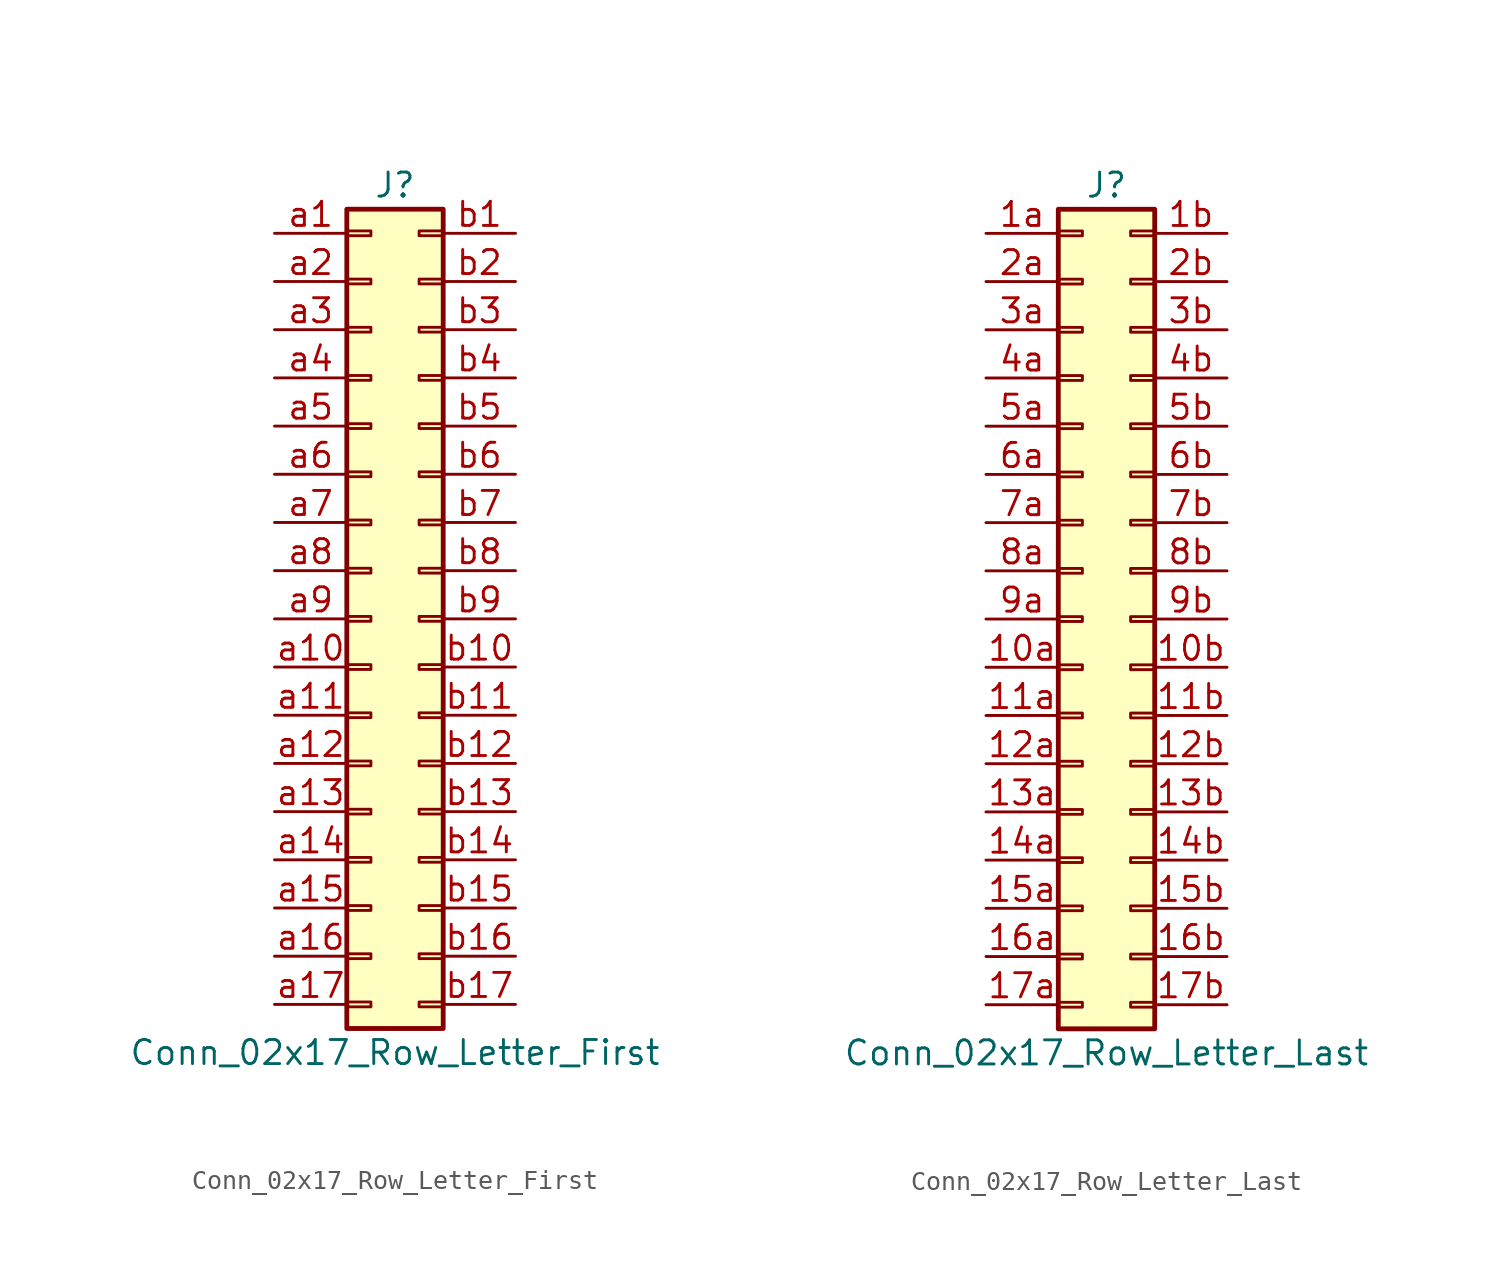
<source format=kicad_sym>
(kicad_symbol_lib
  (version 20201005)
  (generator kicad_symbol_editor)
  (symbol "Conn_02x17_Row_Letter_First"
    (pin_names
      (offset 1.016) hide)
    (property "Reference" "J"
      (at 1.27 22.86 0)
      (effects (font (size 1.27 1.27))))
    (property "Value" "Conn_02x17_Row_Letter_First"
      (at 1.27 -22.86 0)
      (effects (font (size 1.27 1.27))))
    (symbol "Conn_02x17_Row_Letter_First_1_1"
      (rectangle (start -1.27 -20.193) (end 0 -20.447) (stroke (width 0.152)) (fill (type none)))
      (rectangle (start -1.27 -17.653) (end 0 -17.907) (stroke (width 0.152)) (fill (type none)))
      (rectangle (start -1.27 -15.113) (end 0 -15.367) (stroke (width 0.152)) (fill (type none)))
      (rectangle (start -1.27 -12.573) (end 0 -12.827) (stroke (width 0.152)) (fill (type none)))
      (rectangle (start -1.27 -10.033) (end 0 -10.287) (stroke (width 0.152)) (fill (type none)))
      (rectangle (start -1.27 -7.493) (end 0 -7.747) (stroke (width 0.152)) (fill (type none)))
      (rectangle (start -1.27 -4.953) (end 0 -5.207) (stroke (width 0.152)) (fill (type none)))
      (rectangle (start -1.27 -2.413) (end 0 -2.667) (stroke (width 0.152)) (fill (type none)))
      (rectangle (start -1.27 0.127) (end 0 -0.127) (stroke (width 0.152)) (fill (type none)))
      (rectangle (start -1.27 2.667) (end 0 2.413) (stroke (width 0.152)) (fill (type none)))
      (rectangle (start -1.27 5.207) (end 0 4.953) (stroke (width 0.152)) (fill (type none)))
      (rectangle (start -1.27 7.747) (end 0 7.493) (stroke (width 0.152)) (fill (type none)))
      (rectangle (start -1.27 10.287) (end 0 10.033) (stroke (width 0.152)) (fill (type none)))
      (rectangle (start -1.27 12.827) (end 0 12.573) (stroke (width 0.152)) (fill (type none)))
      (rectangle (start -1.27 15.367) (end 0 15.113) (stroke (width 0.152)) (fill (type none)))
      (rectangle (start -1.27 17.907) (end 0 17.653) (stroke (width 0.152)) (fill (type none)))
      (rectangle (start -1.27 20.447) (end 0 20.193) (stroke (width 0.152)) (fill (type none)))
      (rectangle (start -1.27 21.59) (end 3.81 -21.59) (stroke (width 0.254)) (fill (type background)))
      (rectangle (start 3.81 -20.193) (end 2.54 -20.447) (stroke (width 0.152)) (fill (type none)))
      (rectangle (start 3.81 -17.653) (end 2.54 -17.907) (stroke (width 0.152)) (fill (type none)))
      (rectangle (start 3.81 -15.113) (end 2.54 -15.367) (stroke (width 0.152)) (fill (type none)))
      (rectangle (start 3.81 -12.573) (end 2.54 -12.827) (stroke (width 0.152)) (fill (type none)))
      (rectangle (start 3.81 -10.033) (end 2.54 -10.287) (stroke (width 0.152)) (fill (type none)))
      (rectangle (start 3.81 -7.493) (end 2.54 -7.747) (stroke (width 0.152)) (fill (type none)))
      (rectangle (start 3.81 -4.953) (end 2.54 -5.207) (stroke (width 0.152)) (fill (type none)))
      (rectangle (start 3.81 -2.413) (end 2.54 -2.667) (stroke (width 0.152)) (fill (type none)))
      (rectangle (start 3.81 0.127) (end 2.54 -0.127) (stroke (width 0.152)) (fill (type none)))
      (rectangle (start 3.81 2.667) (end 2.54 2.413) (stroke (width 0.152)) (fill (type none)))
      (rectangle (start 3.81 5.207) (end 2.54 4.953) (stroke (width 0.152)) (fill (type none)))
      (rectangle (start 3.81 7.747) (end 2.54 7.493) (stroke (width 0.152)) (fill (type none)))
      (rectangle (start 3.81 10.287) (end 2.54 10.033) (stroke (width 0.152)) (fill (type none)))
      (rectangle (start 3.81 12.827) (end 2.54 12.573) (stroke (width 0.152)) (fill (type none)))
      (rectangle (start 3.81 15.367) (end 2.54 15.113) (stroke (width 0.152)) (fill (type none)))
      (rectangle (start 3.81 17.907) (end 2.54 17.653) (stroke (width 0.152)) (fill (type none)))
      (rectangle (start 3.81 20.447) (end 2.54 20.193) (stroke (width 0.152)) (fill (type none)))
      (pin passive line (at -5.08 20.32 0) (length 3.81) (name "Pin_a1" (effects (font (size 1.27 1.27)))) (number "a1" (effects (font (size 1.27 1.27)))))
      (pin passive line (at -5.08 -2.54 0) (length 3.81) (name "Pin_a10" (effects (font (size 1.27 1.27)))) (number "a10" (effects (font (size 1.27 1.27)))))
      (pin passive line (at -5.08 -5.08 0) (length 3.81) (name "Pin_a11" (effects (font (size 1.27 1.27)))) (number "a11" (effects (font (size 1.27 1.27)))))
      (pin passive line (at -5.08 -7.62 0) (length 3.81) (name "Pin_a12" (effects (font (size 1.27 1.27)))) (number "a12" (effects (font (size 1.27 1.27)))))
      (pin passive line (at -5.08 -10.16 0) (length 3.81) (name "Pin_a13" (effects (font (size 1.27 1.27)))) (number "a13" (effects (font (size 1.27 1.27)))))
      (pin passive line (at -5.08 -12.7 0) (length 3.81) (name "Pin_a14" (effects (font (size 1.27 1.27)))) (number "a14" (effects (font (size 1.27 1.27)))))
      (pin passive line (at -5.08 -15.24 0) (length 3.81) (name "Pin_a15" (effects (font (size 1.27 1.27)))) (number "a15" (effects (font (size 1.27 1.27)))))
      (pin passive line (at -5.08 -17.78 0) (length 3.81) (name "Pin_a16" (effects (font (size 1.27 1.27)))) (number "a16" (effects (font (size 1.27 1.27)))))
      (pin passive line (at -5.08 -20.32 0) (length 3.81) (name "Pin_a17" (effects (font (size 1.27 1.27)))) (number "a17" (effects (font (size 1.27 1.27)))))
      (pin passive line (at -5.08 17.78 0) (length 3.81) (name "Pin_a2" (effects (font (size 1.27 1.27)))) (number "a2" (effects (font (size 1.27 1.27)))))
      (pin passive line (at -5.08 15.24 0) (length 3.81) (name "Pin_a3" (effects (font (size 1.27 1.27)))) (number "a3" (effects (font (size 1.27 1.27)))))
      (pin passive line (at -5.08 12.7 0) (length 3.81) (name "Pin_a4" (effects (font (size 1.27 1.27)))) (number "a4" (effects (font (size 1.27 1.27)))))
      (pin passive line (at -5.08 10.16 0) (length 3.81) (name "Pin_a5" (effects (font (size 1.27 1.27)))) (number "a5" (effects (font (size 1.27 1.27)))))
      (pin passive line (at -5.08 7.62 0) (length 3.81) (name "Pin_a6" (effects (font (size 1.27 1.27)))) (number "a6" (effects (font (size 1.27 1.27)))))
      (pin passive line (at -5.08 5.08 0) (length 3.81) (name "Pin_a7" (effects (font (size 1.27 1.27)))) (number "a7" (effects (font (size 1.27 1.27)))))
      (pin passive line (at -5.08 2.54 0) (length 3.81) (name "Pin_a8" (effects (font (size 1.27 1.27)))) (number "a8" (effects (font (size 1.27 1.27)))))
      (pin passive line (at -5.08 0 0) (length 3.81) (name "Pin_a9" (effects (font (size 1.27 1.27)))) (number "a9" (effects (font (size 1.27 1.27)))))
      (pin passive line (at 7.62 20.32 180) (length 3.81) (name "Pin_b1" (effects (font (size 1.27 1.27)))) (number "b1" (effects (font (size 1.27 1.27)))))
      (pin passive line (at 7.62 -2.54 180) (length 3.81) (name "Pin_b10" (effects (font (size 1.27 1.27)))) (number "b10" (effects (font (size 1.27 1.27)))))
      (pin passive line (at 7.62 -5.08 180) (length 3.81) (name "Pin_b11" (effects (font (size 1.27 1.27)))) (number "b11" (effects (font (size 1.27 1.27)))))
      (pin passive line (at 7.62 -7.62 180) (length 3.81) (name "Pin_b12" (effects (font (size 1.27 1.27)))) (number "b12" (effects (font (size 1.27 1.27)))))
      (pin passive line (at 7.62 -10.16 180) (length 3.81) (name "Pin_b13" (effects (font (size 1.27 1.27)))) (number "b13" (effects (font (size 1.27 1.27)))))
      (pin passive line (at 7.62 -12.7 180) (length 3.81) (name "Pin_b14" (effects (font (size 1.27 1.27)))) (number "b14" (effects (font (size 1.27 1.27)))))
      (pin passive line (at 7.62 -15.24 180) (length 3.81) (name "Pin_b15" (effects (font (size 1.27 1.27)))) (number "b15" (effects (font (size 1.27 1.27)))))
      (pin passive line (at 7.62 -17.78 180) (length 3.81) (name "Pin_b16" (effects (font (size 1.27 1.27)))) (number "b16" (effects (font (size 1.27 1.27)))))
      (pin passive line (at 7.62 -20.32 180) (length 3.81) (name "Pin_b17" (effects (font (size 1.27 1.27)))) (number "b17" (effects (font (size 1.27 1.27)))))
      (pin passive line (at 7.62 17.78 180) (length 3.81) (name "Pin_b2" (effects (font (size 1.27 1.27)))) (number "b2" (effects (font (size 1.27 1.27)))))
      (pin passive line (at 7.62 15.24 180) (length 3.81) (name "Pin_b3" (effects (font (size 1.27 1.27)))) (number "b3" (effects (font (size 1.27 1.27)))))
      (pin passive line (at 7.62 12.7 180) (length 3.81) (name "Pin_b4" (effects (font (size 1.27 1.27)))) (number "b4" (effects (font (size 1.27 1.27)))))
      (pin passive line (at 7.62 10.16 180) (length 3.81) (name "Pin_b5" (effects (font (size 1.27 1.27)))) (number "b5" (effects (font (size 1.27 1.27)))))
      (pin passive line (at 7.62 7.62 180) (length 3.81) (name "Pin_b6" (effects (font (size 1.27 1.27)))) (number "b6" (effects (font (size 1.27 1.27)))))
      (pin passive line (at 7.62 5.08 180) (length 3.81) (name "Pin_b7" (effects (font (size 1.27 1.27)))) (number "b7" (effects (font (size 1.27 1.27)))))
      (pin passive line (at 7.62 2.54 180) (length 3.81) (name "Pin_b8" (effects (font (size 1.27 1.27)))) (number "b8" (effects (font (size 1.27 1.27)))))
      (pin passive line (at 7.62 0 180) (length 3.81) (name "Pin_b9" (effects (font (size 1.27 1.27)))) (number "b9" (effects (font (size 1.27 1.27)))))))
  (symbol "Conn_02x17_Row_Letter_Last"
    (pin_names
      (offset 1.016) hide)
    (property "Reference" "J"
      (at 1.27 22.86 0)
      (effects (font (size 1.27 1.27))))
    (property "Value" "Conn_02x17_Row_Letter_Last"
      (at 1.27 -22.86 0)
      (effects (font (size 1.27 1.27))))
    (symbol "Conn_02x17_Row_Letter_Last_1_1"
      (rectangle (start -1.27 -20.193) (end 0 -20.447) (stroke (width 0.152)) (fill (type none)))
      (rectangle (start -1.27 -17.653) (end 0 -17.907) (stroke (width 0.152)) (fill (type none)))
      (rectangle (start -1.27 -15.113) (end 0 -15.367) (stroke (width 0.152)) (fill (type none)))
      (rectangle (start -1.27 -12.573) (end 0 -12.827) (stroke (width 0.152)) (fill (type none)))
      (rectangle (start -1.27 -10.033) (end 0 -10.287) (stroke (width 0.152)) (fill (type none)))
      (rectangle (start -1.27 -7.493) (end 0 -7.747) (stroke (width 0.152)) (fill (type none)))
      (rectangle (start -1.27 -4.953) (end 0 -5.207) (stroke (width 0.152)) (fill (type none)))
      (rectangle (start -1.27 -2.413) (end 0 -2.667) (stroke (width 0.152)) (fill (type none)))
      (rectangle (start -1.27 0.127) (end 0 -0.127) (stroke (width 0.152)) (fill (type none)))
      (rectangle (start -1.27 2.667) (end 0 2.413) (stroke (width 0.152)) (fill (type none)))
      (rectangle (start -1.27 5.207) (end 0 4.953) (stroke (width 0.152)) (fill (type none)))
      (rectangle (start -1.27 7.747) (end 0 7.493) (stroke (width 0.152)) (fill (type none)))
      (rectangle (start -1.27 10.287) (end 0 10.033) (stroke (width 0.152)) (fill (type none)))
      (rectangle (start -1.27 12.827) (end 0 12.573) (stroke (width 0.152)) (fill (type none)))
      (rectangle (start -1.27 15.367) (end 0 15.113) (stroke (width 0.152)) (fill (type none)))
      (rectangle (start -1.27 17.907) (end 0 17.653) (stroke (width 0.152)) (fill (type none)))
      (rectangle (start -1.27 20.447) (end 0 20.193) (stroke (width 0.152)) (fill (type none)))
      (rectangle (start -1.27 21.59) (end 3.81 -21.59) (stroke (width 0.254)) (fill (type background)))
      (rectangle (start 3.81 -20.193) (end 2.54 -20.447) (stroke (width 0.152)) (fill (type none)))
      (rectangle (start 3.81 -17.653) (end 2.54 -17.907) (stroke (width 0.152)) (fill (type none)))
      (rectangle (start 3.81 -15.113) (end 2.54 -15.367) (stroke (width 0.152)) (fill (type none)))
      (rectangle (start 3.81 -12.573) (end 2.54 -12.827) (stroke (width 0.152)) (fill (type none)))
      (rectangle (start 3.81 -10.033) (end 2.54 -10.287) (stroke (width 0.152)) (fill (type none)))
      (rectangle (start 3.81 -7.493) (end 2.54 -7.747) (stroke (width 0.152)) (fill (type none)))
      (rectangle (start 3.81 -4.953) (end 2.54 -5.207) (stroke (width 0.152)) (fill (type none)))
      (rectangle (start 3.81 -2.413) (end 2.54 -2.667) (stroke (width 0.152)) (fill (type none)))
      (rectangle (start 3.81 0.127) (end 2.54 -0.127) (stroke (width 0.152)) (fill (type none)))
      (rectangle (start 3.81 2.667) (end 2.54 2.413) (stroke (width 0.152)) (fill (type none)))
      (rectangle (start 3.81 5.207) (end 2.54 4.953) (stroke (width 0.152)) (fill (type none)))
      (rectangle (start 3.81 7.747) (end 2.54 7.493) (stroke (width 0.152)) (fill (type none)))
      (rectangle (start 3.81 10.287) (end 2.54 10.033) (stroke (width 0.152)) (fill (type none)))
      (rectangle (start 3.81 12.827) (end 2.54 12.573) (stroke (width 0.152)) (fill (type none)))
      (rectangle (start 3.81 15.367) (end 2.54 15.113) (stroke (width 0.152)) (fill (type none)))
      (rectangle (start 3.81 17.907) (end 2.54 17.653) (stroke (width 0.152)) (fill (type none)))
      (rectangle (start 3.81 20.447) (end 2.54 20.193) (stroke (width 0.152)) (fill (type none)))
      (pin passive line (at -5.08 -2.54 0) (length 3.81) (name "Pin_10a" (effects (font (size 1.27 1.27)))) (number "10a" (effects (font (size 1.27 1.27)))))
      (pin passive line (at 7.62 -2.54 180) (length 3.81) (name "Pin_10b" (effects (font (size 1.27 1.27)))) (number "10b" (effects (font (size 1.27 1.27)))))
      (pin passive line (at -5.08 -5.08 0) (length 3.81) (name "Pin_11a" (effects (font (size 1.27 1.27)))) (number "11a" (effects (font (size 1.27 1.27)))))
      (pin passive line (at 7.62 -5.08 180) (length 3.81) (name "Pin_11b" (effects (font (size 1.27 1.27)))) (number "11b" (effects (font (size 1.27 1.27)))))
      (pin passive line (at -5.08 -7.62 0) (length 3.81) (name "Pin_12a" (effects (font (size 1.27 1.27)))) (number "12a" (effects (font (size 1.27 1.27)))))
      (pin passive line (at 7.62 -7.62 180) (length 3.81) (name "Pin_12b" (effects (font (size 1.27 1.27)))) (number "12b" (effects (font (size 1.27 1.27)))))
      (pin passive line (at -5.08 -10.16 0) (length 3.81) (name "Pin_13a" (effects (font (size 1.27 1.27)))) (number "13a" (effects (font (size 1.27 1.27)))))
      (pin passive line (at 7.62 -10.16 180) (length 3.81) (name "Pin_13b" (effects (font (size 1.27 1.27)))) (number "13b" (effects (font (size 1.27 1.27)))))
      (pin passive line (at -5.08 -12.7 0) (length 3.81) (name "Pin_14a" (effects (font (size 1.27 1.27)))) (number "14a" (effects (font (size 1.27 1.27)))))
      (pin passive line (at 7.62 -12.7 180) (length 3.81) (name "Pin_14b" (effects (font (size 1.27 1.27)))) (number "14b" (effects (font (size 1.27 1.27)))))
      (pin passive line (at -5.08 -15.24 0) (length 3.81) (name "Pin_15a" (effects (font (size 1.27 1.27)))) (number "15a" (effects (font (size 1.27 1.27)))))
      (pin passive line (at 7.62 -15.24 180) (length 3.81) (name "Pin_15b" (effects (font (size 1.27 1.27)))) (number "15b" (effects (font (size 1.27 1.27)))))
      (pin passive line (at -5.08 -17.78 0) (length 3.81) (name "Pin_16a" (effects (font (size 1.27 1.27)))) (number "16a" (effects (font (size 1.27 1.27)))))
      (pin passive line (at 7.62 -17.78 180) (length 3.81) (name "Pin_16b" (effects (font (size 1.27 1.27)))) (number "16b" (effects (font (size 1.27 1.27)))))
      (pin passive line (at -5.08 -20.32 0) (length 3.81) (name "Pin_17a" (effects (font (size 1.27 1.27)))) (number "17a" (effects (font (size 1.27 1.27)))))
      (pin passive line (at 7.62 -20.32 180) (length 3.81) (name "Pin_17b" (effects (font (size 1.27 1.27)))) (number "17b" (effects (font (size 1.27 1.27)))))
      (pin passive line (at -5.08 20.32 0) (length 3.81) (name "Pin_1a" (effects (font (size 1.27 1.27)))) (number "1a" (effects (font (size 1.27 1.27)))))
      (pin passive line (at 7.62 20.32 180) (length 3.81) (name "Pin_1b" (effects (font (size 1.27 1.27)))) (number "1b" (effects (font (size 1.27 1.27)))))
      (pin passive line (at -5.08 17.78 0) (length 3.81) (name "Pin_2a" (effects (font (size 1.27 1.27)))) (number "2a" (effects (font (size 1.27 1.27)))))
      (pin passive line (at 7.62 17.78 180) (length 3.81) (name "Pin_2b" (effects (font (size 1.27 1.27)))) (number "2b" (effects (font (size 1.27 1.27)))))
      (pin passive line (at -5.08 15.24 0) (length 3.81) (name "Pin_3a" (effects (font (size 1.27 1.27)))) (number "3a" (effects (font (size 1.27 1.27)))))
      (pin passive line (at 7.62 15.24 180) (length 3.81) (name "Pin_3b" (effects (font (size 1.27 1.27)))) (number "3b" (effects (font (size 1.27 1.27)))))
      (pin passive line (at -5.08 12.7 0) (length 3.81) (name "Pin_4a" (effects (font (size 1.27 1.27)))) (number "4a" (effects (font (size 1.27 1.27)))))
      (pin passive line (at 7.62 12.7 180) (length 3.81) (name "Pin_4b" (effects (font (size 1.27 1.27)))) (number "4b" (effects (font (size 1.27 1.27)))))
      (pin passive line (at -5.08 10.16 0) (length 3.81) (name "Pin_5a" (effects (font (size 1.27 1.27)))) (number "5a" (effects (font (size 1.27 1.27)))))
      (pin passive line (at 7.62 10.16 180) (length 3.81) (name "Pin_5b" (effects (font (size 1.27 1.27)))) (number "5b" (effects (font (size 1.27 1.27)))))
      (pin passive line (at -5.08 7.62 0) (length 3.81) (name "Pin_6a" (effects (font (size 1.27 1.27)))) (number "6a" (effects (font (size 1.27 1.27)))))
      (pin passive line (at 7.62 7.62 180) (length 3.81) (name "Pin_6b" (effects (font (size 1.27 1.27)))) (number "6b" (effects (font (size 1.27 1.27)))))
      (pin passive line (at -5.08 5.08 0) (length 3.81) (name "Pin_7a" (effects (font (size 1.27 1.27)))) (number "7a" (effects (font (size 1.27 1.27)))))
      (pin passive line (at 7.62 5.08 180) (length 3.81) (name "Pin_7b" (effects (font (size 1.27 1.27)))) (number "7b" (effects (font (size 1.27 1.27)))))
      (pin passive line (at -5.08 2.54 0) (length 3.81) (name "Pin_8a" (effects (font (size 1.27 1.27)))) (number "8a" (effects (font (size 1.27 1.27)))))
      (pin passive line (at 7.62 2.54 180) (length 3.81) (name "Pin_8b" (effects (font (size 1.27 1.27)))) (number "8b" (effects (font (size 1.27 1.27)))))
      (pin passive line (at -5.08 0 0) (length 3.81) (name "Pin_9a" (effects (font (size 1.27 1.27)))) (number "9a" (effects (font (size 1.27 1.27)))))
      (pin passive line (at 7.62 0 180) (length 3.81) (name "Pin_9b" (effects (font (size 1.27 1.27)))) (number "9b" (effects (font (size 1.27 1.27))))))))
</source>
